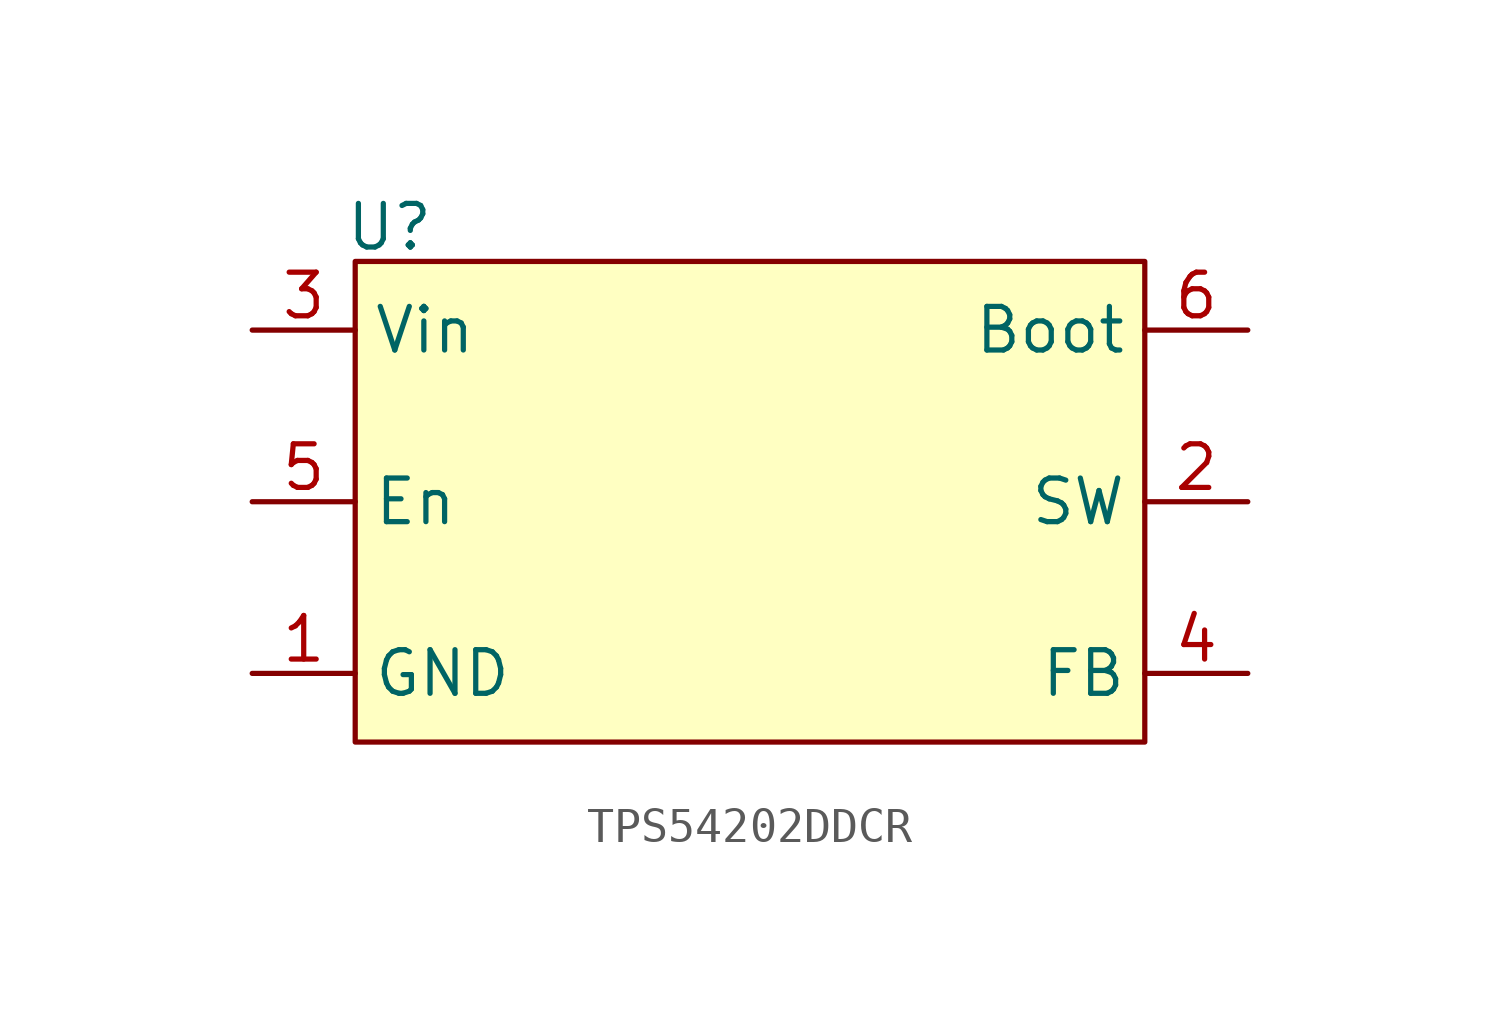
<source format=kicad_sym>
(kicad_symbol_lib
  (version 20220914)
  (generator kicad_symbol_editor)
  (symbol "TPS54202DDCR"
    (property "Reference" "U"
      (at -10 8 0)
      (effects (font (size 1.27 1.27))))
    (symbol "TPS54202DDCR_1_1"
      (rectangle (start -11 7) (end 12 -7) (stroke (width 0) (type default)) (fill (type background)))
      (pin input line (at -14 -5 0) (length 3) (name "GND" (effects (font (size 1.27 1.27)))) (number "1" (effects (font (size 1.27 1.27)))))
      (pin input line (at 15 0 180) (length 3) (name "SW" (effects (font (size 1.27 1.27)))) (number "2" (effects (font (size 1.27 1.27)))))
      (pin input line (at -14 5 0) (length 3) (name "Vin" (effects (font (size 1.27 1.27)))) (number "3" (effects (font (size 1.27 1.27)))))
      (pin input line (at 15 -5 180) (length 3) (name "FB" (effects (font (size 1.27 1.27)))) (number "4" (effects (font (size 1.27 1.27)))))
      (pin input line (at -14 0 0) (length 3) (name "En" (effects (font (size 1.27 1.27)))) (number "5" (effects (font (size 1.27 1.27)))))
      (pin input line (at 15 5 180) (length 3) (name "Boot" (effects (font (size 1.27 1.27)))) (number "6" (effects (font (size 1.27 1.27))))))))
</source>
